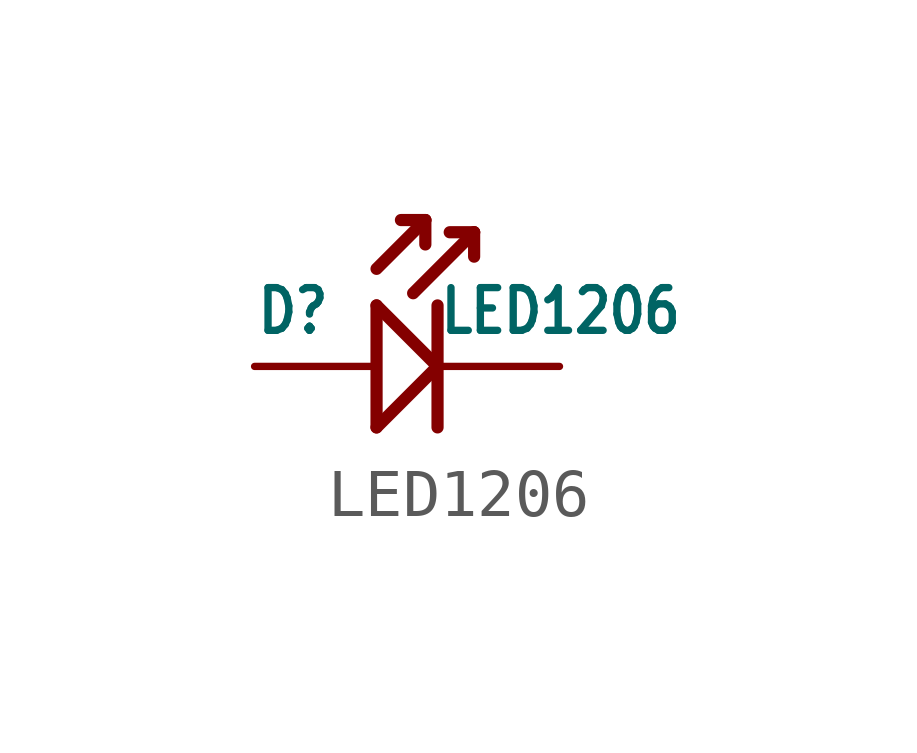
<source format=kicad_sym>
(kicad_symbol_lib
  (version 20211014)
  (generator kicad_symbol_editor)
  (symbol "LED1206"
    (property "Reference" "D"
      (at -2.54 0.635 0)
      (effects (font (size 0.889 0.756)) (justify left bottom)))
    (property "Value" "LED1206"
      (at 1.27 0.635 0)
      (effects (font (size 0.889 0.756)) (justify left bottom)))
    (property "ki_locked" ""
      (at 0 0 0)
      (effects (font (size 1.27 1.27))))
    (symbol "LED1206_1_0"
      (polyline (pts (xy 0 -1.27) (xy 0 1.27)) (stroke (width 0.254) (type default) (color 0 0 0 0)) (fill (type none)))
      (polyline (pts (xy 0 1.27) (xy 1.27 0)) (stroke (width 0.254) (type default) (color 0 0 0 0)) (fill (type none)))
      (polyline (pts (xy 0 2.032) (xy 1.016 3.048)) (stroke (width 0.254) (type default) (color 0 0 0 0)) (fill (type none)))
      (polyline (pts (xy 0.762 1.524) (xy 2.032 2.794)) (stroke (width 0.254) (type default) (color 0 0 0 0)) (fill (type none)))
      (polyline (pts (xy 1.016 3.048) (xy 0.508 3.048)) (stroke (width 0.254) (type default) (color 0 0 0 0)) (fill (type none)))
      (polyline (pts (xy 1.016 3.048) (xy 1.016 2.54)) (stroke (width 0.254) (type default) (color 0 0 0 0)) (fill (type none)))
      (polyline (pts (xy 1.27 0) (xy 0 -1.27)) (stroke (width 0.254) (type default) (color 0 0 0 0)) (fill (type none)))
      (polyline (pts (xy 1.27 0) (xy 1.27 -1.27)) (stroke (width 0.254) (type default) (color 0 0 0 0)) (fill (type none)))
      (polyline (pts (xy 1.27 1.27) (xy 1.27 0)) (stroke (width 0.254) (type default) (color 0 0 0 0)) (fill (type none)))
      (polyline (pts (xy 2.032 2.794) (xy 1.524 2.794)) (stroke (width 0.254) (type default) (color 0 0 0 0)) (fill (type none)))
      (polyline (pts (xy 2.032 2.794) (xy 2.032 2.286)) (stroke (width 0.254) (type default) (color 0 0 0 0)) (fill (type none)))
      (pin passive line (at -2.54 0 0) (length 2.54) (name "+" (effects (font (size 0 0)))) (number "+" (effects (font (size 0 0)))))
      (pin passive line (at 3.81 0 180) (length 2.54) (name "-" (effects (font (size 0 0)))) (number "-" (effects (font (size 0 0))))))))
</source>
